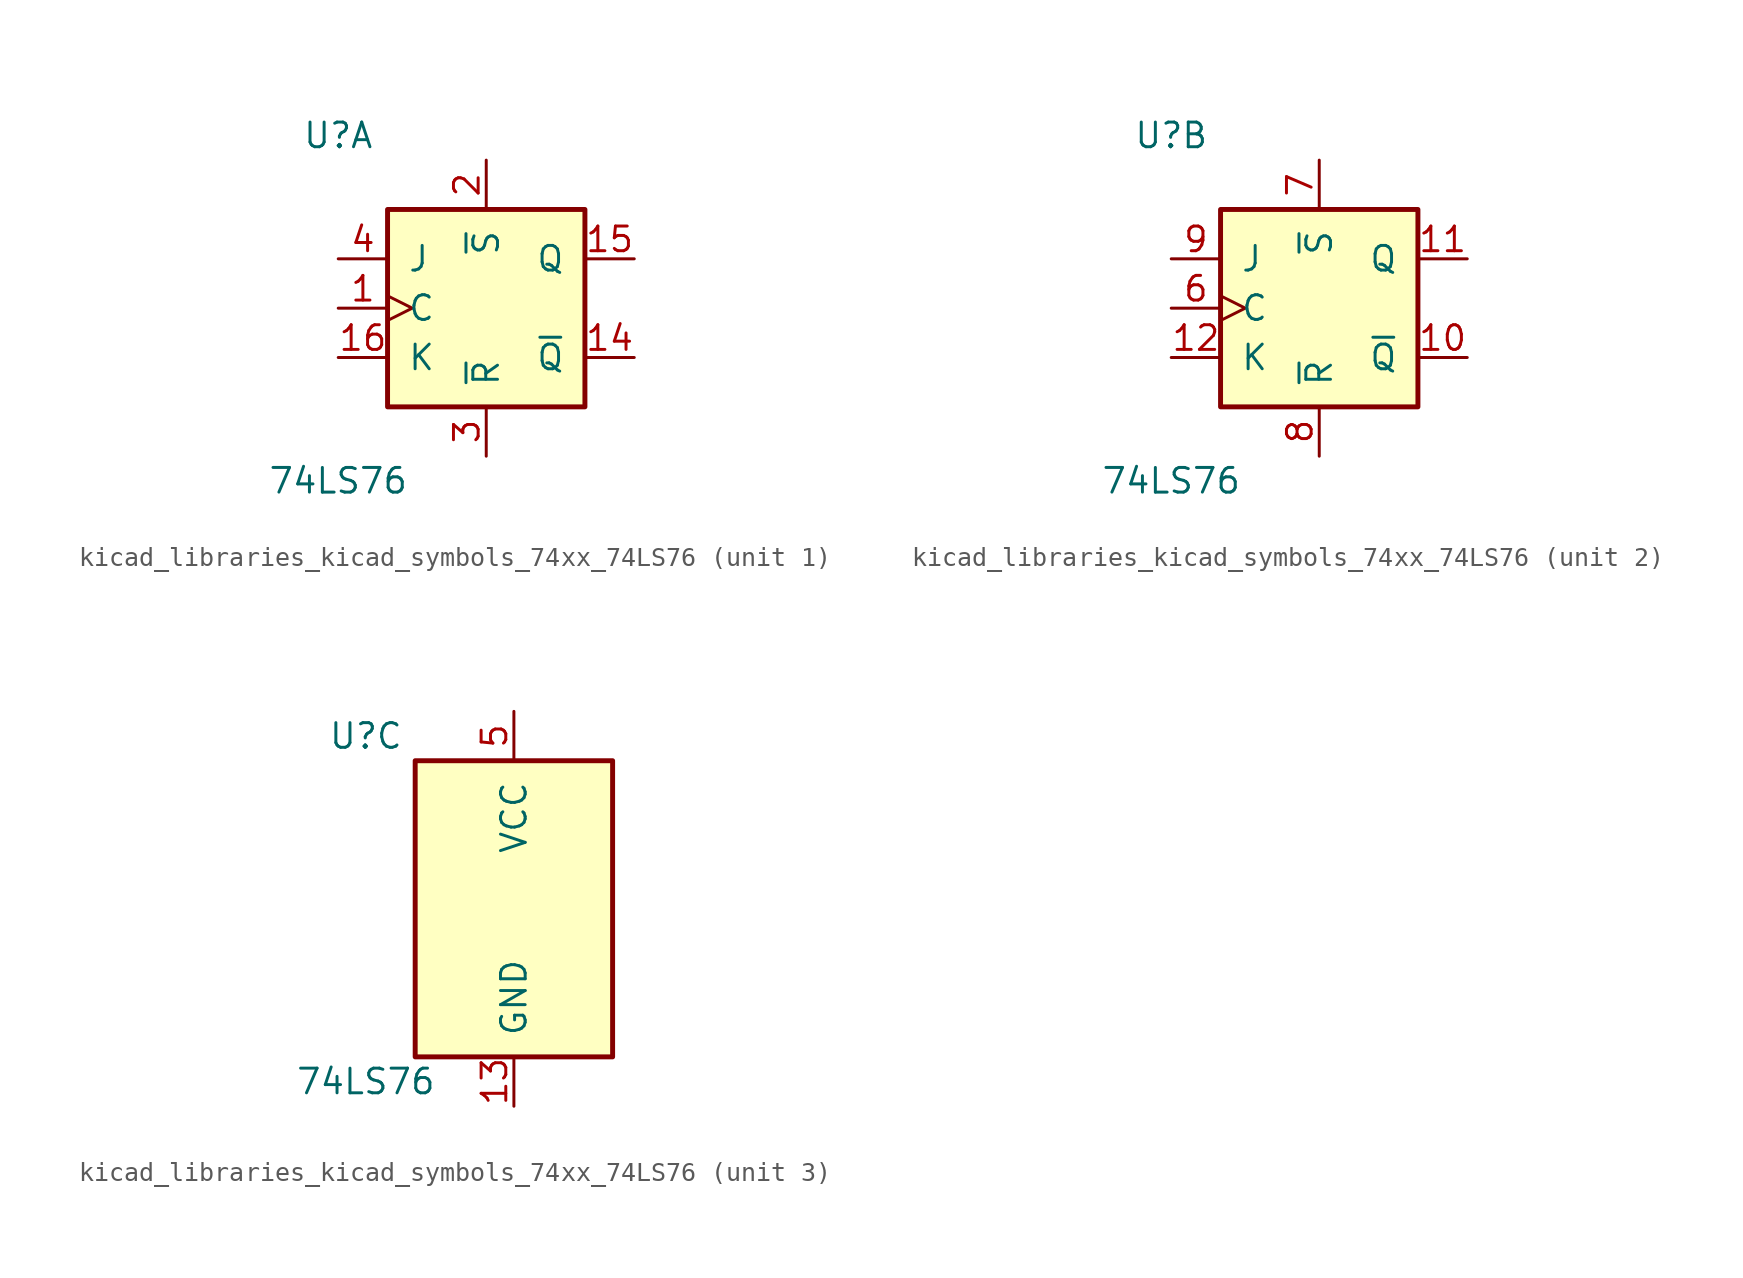
<source format=kicad_sym>
(kicad_symbol_lib
  (version 20220914)
  (generator kicad_symbol_editor)
  (symbol "kicad_libraries_kicad_symbols_74xx_74LS76"
    (pin_names
      (offset 1.016))
    (property "Reference" "U"
      (at -7.62 8.89 0)
      (effects (font (size 1.27 1.27))))
    (property "Value" "74LS76"
      (at -7.62 -8.89 0)
      (effects (font (size 1.27 1.27))))
    (property "ki_locked" ""
      (at 0 0 0)
      (effects (font (size 1.27 1.27))))
    (symbol "kicad_libraries_kicad_symbols_74xx_74LS76_1_0"
      (pin input clock (at -7.62 0 0) (length 2.54) (name "C" (effects (font (size 1.27 1.27)))) (number "1" (effects (font (size 1.27 1.27)))))
      (pin output line (at 7.62 -2.54 180) (length 2.54) (name "~{Q}" (effects (font (size 1.27 1.27)))) (number "14" (effects (font (size 1.27 1.27)))))
      (pin output line (at 7.62 2.54 180) (length 2.54) (name "Q" (effects (font (size 1.27 1.27)))) (number "15" (effects (font (size 1.27 1.27)))))
      (pin input line (at -7.62 -2.54 0) (length 2.54) (name "K" (effects (font (size 1.27 1.27)))) (number "16" (effects (font (size 1.27 1.27)))))
      (pin input line (at 0 7.62 270) (length 2.54) (name "~{S}" (effects (font (size 1.27 1.27)))) (number "2" (effects (font (size 1.27 1.27)))))
      (pin input line (at 0 -7.62 90) (length 2.54) (name "~{R}" (effects (font (size 1.27 1.27)))) (number "3" (effects (font (size 1.27 1.27)))))
      (pin input line (at -7.62 2.54 0) (length 2.54) (name "J" (effects (font (size 1.27 1.27)))) (number "4" (effects (font (size 1.27 1.27))))))
    (symbol "kicad_libraries_kicad_symbols_74xx_74LS76_1_1"
      (rectangle (start -5.08 5.08) (end 5.08 -5.08) (stroke (width 0.254) (type default)) (fill (type background))))
    (symbol "kicad_libraries_kicad_symbols_74xx_74LS76_2_0"
      (pin output line (at 7.62 -2.54 180) (length 2.54) (name "~{Q}" (effects (font (size 1.27 1.27)))) (number "10" (effects (font (size 1.27 1.27)))))
      (pin output line (at 7.62 2.54 180) (length 2.54) (name "Q" (effects (font (size 1.27 1.27)))) (number "11" (effects (font (size 1.27 1.27)))))
      (pin input line (at -7.62 -2.54 0) (length 2.54) (name "K" (effects (font (size 1.27 1.27)))) (number "12" (effects (font (size 1.27 1.27)))))
      (pin input clock (at -7.62 0 0) (length 2.54) (name "C" (effects (font (size 1.27 1.27)))) (number "6" (effects (font (size 1.27 1.27)))))
      (pin input line (at 0 7.62 270) (length 2.54) (name "~{S}" (effects (font (size 1.27 1.27)))) (number "7" (effects (font (size 1.27 1.27)))))
      (pin input line (at 0 -7.62 90) (length 2.54) (name "~{R}" (effects (font (size 1.27 1.27)))) (number "8" (effects (font (size 1.27 1.27)))))
      (pin input line (at -7.62 2.54 0) (length 2.54) (name "J" (effects (font (size 1.27 1.27)))) (number "9" (effects (font (size 1.27 1.27))))))
    (symbol "kicad_libraries_kicad_symbols_74xx_74LS76_2_1"
      (rectangle (start -5.08 5.08) (end 5.08 -5.08) (stroke (width 0.254) (type default)) (fill (type background))))
    (symbol "kicad_libraries_kicad_symbols_74xx_74LS76_3_0"
      (pin power_in line (at 0 -10.16 90) (length 2.54) (name "GND" (effects (font (size 1.27 1.27)))) (number "13" (effects (font (size 1.27 1.27)))))
      (pin power_in line (at 0 10.16 270) (length 2.54) (name "VCC" (effects (font (size 1.27 1.27)))) (number "5" (effects (font (size 1.27 1.27))))))
    (symbol "kicad_libraries_kicad_symbols_74xx_74LS76_3_1"
      (rectangle (start -5.08 7.62) (end 5.08 -7.62) (stroke (width 0.254) (type default)) (fill (type background))))))
</source>
